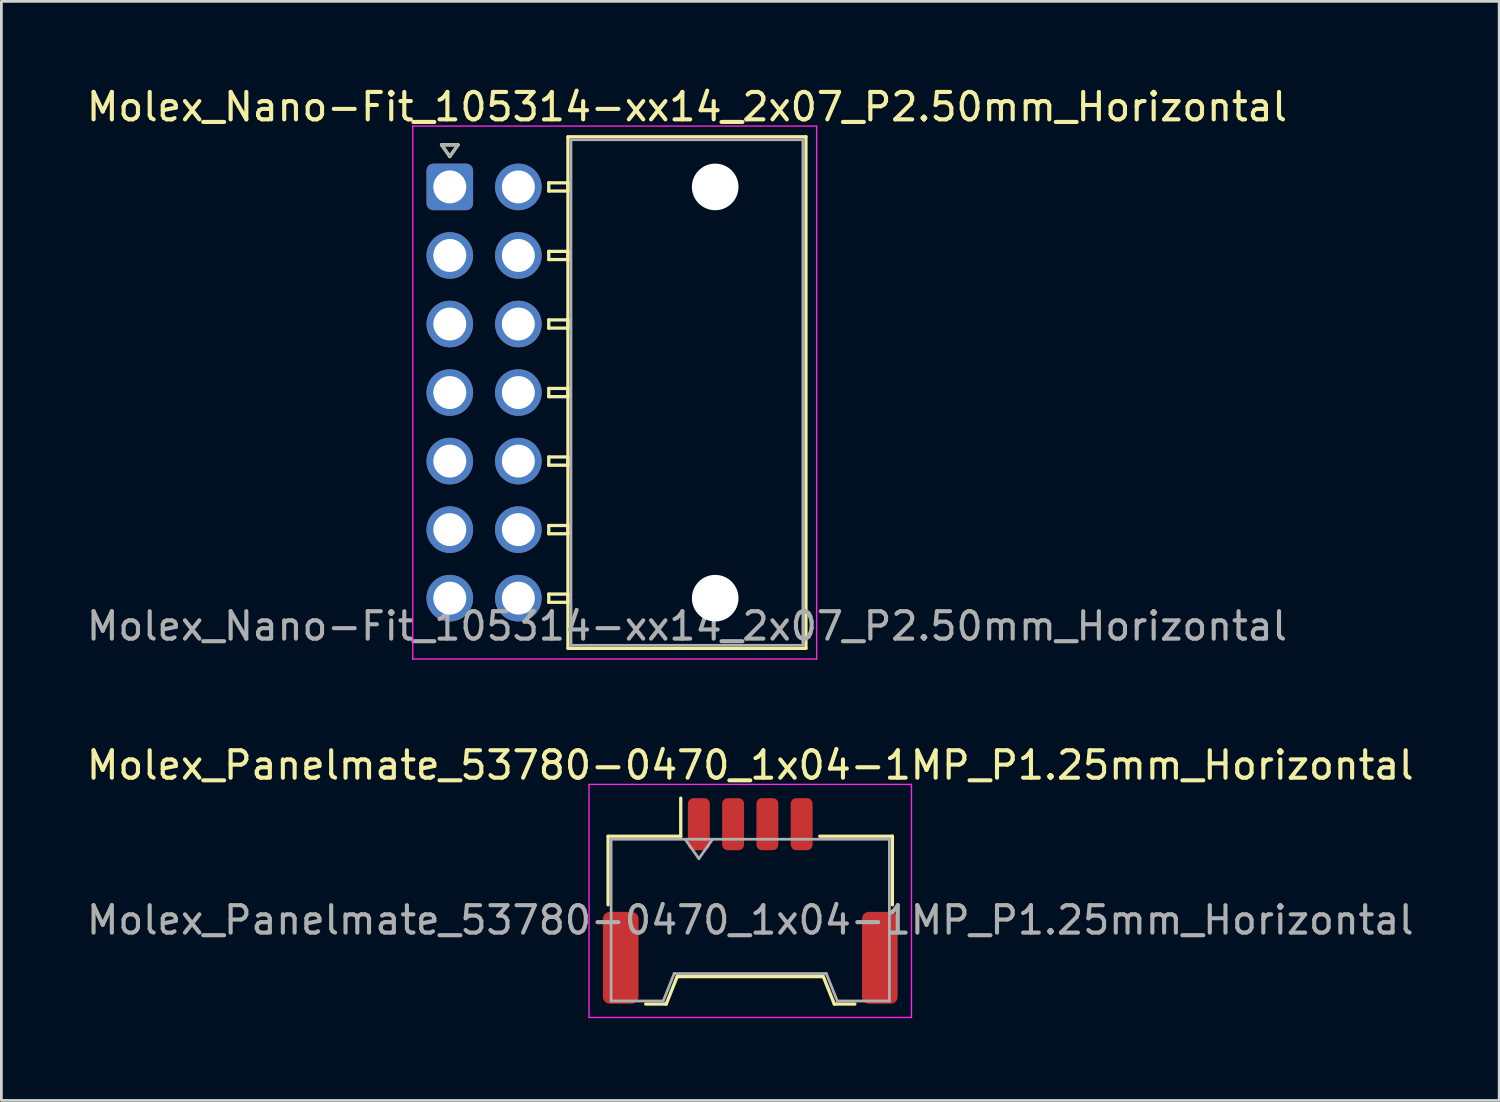
<source format=kicad_pcb>
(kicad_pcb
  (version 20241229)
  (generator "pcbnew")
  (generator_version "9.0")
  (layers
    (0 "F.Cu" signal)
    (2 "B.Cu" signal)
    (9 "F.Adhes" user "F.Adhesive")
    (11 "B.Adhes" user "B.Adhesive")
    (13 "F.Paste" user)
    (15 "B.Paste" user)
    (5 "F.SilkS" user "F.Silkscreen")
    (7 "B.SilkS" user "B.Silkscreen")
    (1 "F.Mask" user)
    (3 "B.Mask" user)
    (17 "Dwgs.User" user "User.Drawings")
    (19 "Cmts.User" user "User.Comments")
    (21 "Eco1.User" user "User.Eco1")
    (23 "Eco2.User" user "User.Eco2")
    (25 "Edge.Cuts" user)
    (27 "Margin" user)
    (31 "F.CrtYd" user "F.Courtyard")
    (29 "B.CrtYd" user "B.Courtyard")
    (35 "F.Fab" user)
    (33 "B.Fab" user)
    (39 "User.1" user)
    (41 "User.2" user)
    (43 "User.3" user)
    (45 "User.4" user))
  (footprint "Molex_Nano-Fit_105314-xx14_2x07_P2.50mm_Horizontal"
    (layer "F.Cu")
    (at 13.356 3.768)
    (property "Reference" "Molex_Nano-Fit_105314-xx14_2x07_P2.50mm_Horizontal" (at 8.65 -2.92 0) (layer "F.SilkS") (effects (font (size 1 1) (thickness 0.15))))
    (attr through_hole)
    (fp_line (start -0.3 -1.534) (end 0 -1.11) (stroke (width 0.12) (type solid)) (layer "F.SilkS"))
    (fp_line (start 0 -1.11) (end 0.3 -1.534) (stroke (width 0.12) (type solid)) (layer "F.SilkS"))
    (fp_line (start 0.3 -1.534) (end -0.3 -1.534) (stroke (width 0.12) (type solid)) (layer "F.SilkS"))
    (fp_line (start 3.61 -0.15) (end 3.61 0.15) (stroke (width 0.12) (type solid)) (layer "F.SilkS"))
    (fp_line (start 3.61 0.15) (end 4.31 0.15) (stroke (width 0.12) (type solid)) (layer "F.SilkS"))
    (fp_line (start 3.61 2.35) (end 3.61 2.65) (stroke (width 0.12) (type solid)) (layer "F.SilkS"))
    (fp_line (start 3.61 2.65) (end 4.31 2.65) (stroke (width 0.12) (type solid)) (layer "F.SilkS"))
    (fp_line (start 3.61 4.85) (end 3.61 5.15) (stroke (width 0.12) (type solid)) (layer "F.SilkS"))
    (fp_line (start 3.61 5.15) (end 4.31 5.15) (stroke (width 0.12) (type solid)) (layer "F.SilkS"))
    (fp_line (start 3.61 7.35) (end 3.61 7.65) (stroke (width 0.12) (type solid)) (layer "F.SilkS"))
    (fp_line (start 3.61 7.65) (end 4.31 7.65) (stroke (width 0.12) (type solid)) (layer "F.SilkS"))
    (fp_line (start 3.61 9.85) (end 3.61 10.15) (stroke (width 0.12) (type solid)) (layer "F.SilkS"))
    (fp_line (start 3.61 10.15) (end 4.31 10.15) (stroke (width 0.12) (type solid)) (layer "F.SilkS"))
    (fp_line (start 3.61 12.35) (end 3.61 12.65) (stroke (width 0.12) (type solid)) (layer "F.SilkS"))
    (fp_line (start 3.61 12.65) (end 4.31 12.65) (stroke (width 0.12) (type solid)) (layer "F.SilkS"))
    (fp_line (start 3.61 14.85) (end 3.61 15.15) (stroke (width 0.12) (type solid)) (layer "F.SilkS"))
    (fp_line (start 3.61 15.15) (end 4.31 15.15) (stroke (width 0.12) (type solid)) (layer "F.SilkS"))
    (fp_line (start 4.31 -1.83) (end 4.31 16.83) (stroke (width 0.12) (type solid)) (layer "F.SilkS"))
    (fp_line (start 4.31 -0.15) (end 3.61 -0.15) (stroke (width 0.12) (type solid)) (layer "F.SilkS"))
    (fp_line (start 4.31 0.15) (end 4.31 -0.15) (stroke (width 0.12) (type solid)) (layer "F.SilkS"))
    (fp_line (start 4.31 2.35) (end 3.61 2.35) (stroke (width 0.12) (type solid)) (layer "F.SilkS"))
    (fp_line (start 4.31 2.65) (end 4.31 2.35) (stroke (width 0.12) (type solid)) (layer "F.SilkS"))
    (fp_line (start 4.31 4.85) (end 3.61 4.85) (stroke (width 0.12) (type solid)) (layer "F.SilkS"))
    (fp_line (start 4.31 5.15) (end 4.31 4.85) (stroke (width 0.12) (type solid)) (layer "F.SilkS"))
    (fp_line (start 4.31 7.35) (end 3.61 7.35) (stroke (width 0.12) (type solid)) (layer "F.SilkS"))
    (fp_line (start 4.31 7.65) (end 4.31 7.35) (stroke (width 0.12) (type solid)) (layer "F.SilkS"))
    (fp_line (start 4.31 9.85) (end 3.61 9.85) (stroke (width 0.12) (type solid)) (layer "F.SilkS"))
    (fp_line (start 4.31 10.15) (end 4.31 9.85) (stroke (width 0.12) (type solid)) (layer "F.SilkS"))
    (fp_line (start 4.31 12.35) (end 3.61 12.35) (stroke (width 0.12) (type solid)) (layer "F.SilkS"))
    (fp_line (start 4.31 12.65) (end 4.31 12.35) (stroke (width 0.12) (type solid)) (layer "F.SilkS"))
    (fp_line (start 4.31 14.85) (end 3.61 14.85) (stroke (width 0.12) (type solid)) (layer "F.SilkS"))
    (fp_line (start 4.31 15.15) (end 4.31 14.85) (stroke (width 0.12) (type solid)) (layer "F.SilkS"))
    (fp_line (start 4.31 16.83) (end 12.99 16.83) (stroke (width 0.12) (type solid)) (layer "F.SilkS"))
    (fp_line (start 12.99 -1.83) (end 4.31 -1.83) (stroke (width 0.12) (type solid)) (layer "F.SilkS"))
    (fp_line (start 12.99 16.83) (end 12.99 -1.83) (stroke (width 0.12) (type solid)) (layer "F.SilkS"))
    (fp_line (start -1.35 -2.22) (end -1.35 17.22) (stroke (width 0.05) (type solid)) (layer "F.CrtYd"))
    (fp_line (start -1.35 17.22) (end 13.38 17.22) (stroke (width 0.05) (type solid)) (layer "F.CrtYd"))
    (fp_line (start 13.38 -2.22) (end -1.35 -2.22) (stroke (width 0.05) (type solid)) (layer "F.CrtYd"))
    (fp_line (start 13.38 17.22) (end 13.38 -2.22) (stroke (width 0.05) (type solid)) (layer "F.CrtYd"))
    (fp_line (start -0.3 -1.534) (end 0 -1.11) (stroke (width 0.1) (type solid)) (layer "F.Fab"))
    (fp_line (start 0 -1.11) (end 0.3 -1.534) (stroke (width 0.1) (type solid)) (layer "F.Fab"))
    (fp_line (start 0.3 -1.534) (end -0.3 -1.534) (stroke (width 0.1) (type solid)) (layer "F.Fab"))
    (fp_line (start 4.42 -1.72) (end 4.42 16.72) (stroke (width 0.1) (type solid)) (layer "F.Fab"))
    (fp_line (start 4.42 16.72) (end 12.88 16.72) (stroke (width 0.1) (type solid)) (layer "F.Fab"))
    (fp_line (start 12.88 -1.72) (end 4.42 -1.72) (stroke (width 0.1) (type solid)) (layer "F.Fab"))
    (fp_line (start 12.88 16.72) (end 12.88 -1.72) (stroke (width 0.1) (type solid)) (layer "F.Fab"))
    (fp_text user "${REFERENCE}" (at 8.65 16.02 0) (layer "F.Fab") (effects (font (size 1 1) (thickness 0.15))))
    (pad "" np_thru_hole circle (at 9.68 0) (size 1.7 1.7) (drill 1.7) (layers "*.Cu" "*.Mask"))
    (pad "" np_thru_hole circle (at 9.68 15) (size 1.7 1.7) (drill 1.7) (layers "*.Cu" "*.Mask"))
    (pad "1" thru_hole roundrect (at 0 0) (size 1.7 1.7) (drill 1.2) (layers "*.Cu" "*.Mask") (roundrect_rratio 0.147))
    (pad "2" thru_hole circle (at 0 2.5) (size 1.7 1.7) (drill 1.2) (layers "*.Cu" "*.Mask"))
    (pad "3" thru_hole circle (at 0 5) (size 1.7 1.7) (drill 1.2) (layers "*.Cu" "*.Mask"))
    (pad "4" thru_hole circle (at 0 7.5) (size 1.7 1.7) (drill 1.2) (layers "*.Cu" "*.Mask"))
    (pad "5" thru_hole circle (at 0 10) (size 1.7 1.7) (drill 1.2) (layers "*.Cu" "*.Mask"))
    (pad "6" thru_hole circle (at 0 12.5) (size 1.7 1.7) (drill 1.2) (layers "*.Cu" "*.Mask"))
    (pad "7" thru_hole circle (at 0 15) (size 1.7 1.7) (drill 1.2) (layers "*.Cu" "*.Mask"))
    (pad "8" thru_hole circle (at 2.5 0) (size 1.7 1.7) (drill 1.2) (layers "*.Cu" "*.Mask"))
    (pad "9" thru_hole circle (at 2.5 2.5) (size 1.7 1.7) (drill 1.2) (layers "*.Cu" "*.Mask"))
    (pad "10" thru_hole circle (at 2.5 5) (size 1.7 1.7) (drill 1.2) (layers "*.Cu" "*.Mask"))
    (pad "11" thru_hole circle (at 2.5 7.5) (size 1.7 1.7) (drill 1.2) (layers "*.Cu" "*.Mask"))
    (pad "12" thru_hole circle (at 2.5 10) (size 1.7 1.7) (drill 1.2) (layers "*.Cu" "*.Mask"))
    (pad "13" thru_hole circle (at 2.5 12.5) (size 1.7 1.7) (drill 1.2) (layers "*.Cu" "*.Mask"))
    (pad "14" thru_hole circle (at 2.5 15) (size 1.7 1.7) (drill 1.2) (layers "*.Cu" "*.Mask")))
  (footprint "Molex_Panelmate_53780-0470_1x04-1MP_P1.25mm_Horizontal"
    (layer "F.Cu")
    (at 24.315 29.811)
    (property "Reference" "Molex_Panelmate_53780-0470_1x04-1MP_P1.25mm_Horizontal" (at 0 -4.95 0) (layer "F.SilkS") (effects (font (size 1 1) (thickness 0.15))))
    (attr smd)
    (fp_line (start -5.185 -2.36) (end -2.535 -2.36) (stroke (width 0.12) (type solid)) (layer "F.SilkS"))
    (fp_line (start -5.185 0.14) (end -5.185 -2.36) (stroke (width 0.12) (type solid)) (layer "F.SilkS"))
    (fp_line (start -3.815 3.76) (end -3.065 3.76) (stroke (width 0.12) (type solid)) (layer "F.SilkS"))
    (fp_line (start -3.065 3.76) (end -2.665 2.76) (stroke (width 0.12) (type solid)) (layer "F.SilkS"))
    (fp_line (start -2.665 2.76) (end 2.665 2.76) (stroke (width 0.12) (type solid)) (layer "F.SilkS"))
    (fp_line (start -2.535 -2.36) (end -2.535 -3.75) (stroke (width 0.12) (type solid)) (layer "F.SilkS"))
    (fp_line (start 2.665 2.76) (end 3.065 3.76) (stroke (width 0.12) (type solid)) (layer "F.SilkS"))
    (fp_line (start 3.065 3.76) (end 3.815 3.76) (stroke (width 0.12) (type solid)) (layer "F.SilkS"))
    (fp_line (start 5.185 -2.36) (end 2.535 -2.36) (stroke (width 0.12) (type solid)) (layer "F.SilkS"))
    (fp_line (start 5.185 0.14) (end 5.185 -2.36) (stroke (width 0.12) (type solid)) (layer "F.SilkS"))
    (fp_line (start -5.88 -4.25) (end -5.88 4.25) (stroke (width 0.05) (type solid)) (layer "F.CrtYd"))
    (fp_line (start -5.88 4.25) (end 5.88 4.25) (stroke (width 0.05) (type solid)) (layer "F.CrtYd"))
    (fp_line (start 5.88 -4.25) (end -5.88 -4.25) (stroke (width 0.05) (type solid)) (layer "F.CrtYd"))
    (fp_line (start 5.88 4.25) (end 5.88 -4.25) (stroke (width 0.05) (type solid)) (layer "F.CrtYd"))
    (fp_line (start -5.075 -2.25) (end -5.075 3.65) (stroke (width 0.1) (type solid)) (layer "F.Fab"))
    (fp_line (start -5.075 -2.25) (end 5.075 -2.25) (stroke (width 0.1) (type solid)) (layer "F.Fab"))
    (fp_line (start -5.075 3.65) (end -3.175 3.65) (stroke (width 0.1) (type solid)) (layer "F.Fab"))
    (fp_line (start -3.175 3.65) (end -2.775 2.65) (stroke (width 0.1) (type solid)) (layer "F.Fab"))
    (fp_line (start -2.775 2.65) (end 2.775 2.65) (stroke (width 0.1) (type solid)) (layer "F.Fab"))
    (fp_line (start -2.375 -2.25) (end -1.875 -1.543) (stroke (width 0.1) (type solid)) (layer "F.Fab"))
    (fp_line (start -1.875 -1.543) (end -1.375 -2.25) (stroke (width 0.1) (type solid)) (layer "F.Fab"))
    (fp_line (start 2.775 2.65) (end 3.175 3.65) (stroke (width 0.1) (type solid)) (layer "F.Fab"))
    (fp_line (start 3.175 3.65) (end 5.075 3.65) (stroke (width 0.1) (type solid)) (layer "F.Fab"))
    (fp_line (start 5.075 -2.25) (end 5.075 3.65) (stroke (width 0.1) (type solid)) (layer "F.Fab"))
    (fp_text user "${REFERENCE}" (at 0 0.7 0) (layer "F.Fab") (effects (font (size 1 1) (thickness 0.15))))
    (pad "1" smd roundrect (at -1.875 -2.8) (size 0.8 1.9) (layers "F.Cu" "F.Mask" "F.Paste") (roundrect_rratio 0.25))
    (pad "2" smd roundrect (at -0.625 -2.8) (size 0.8 1.9) (layers "F.Cu" "F.Mask" "F.Paste") (roundrect_rratio 0.25))
    (pad "3" smd roundrect (at 0.625 -2.8) (size 0.8 1.9) (layers "F.Cu" "F.Mask" "F.Paste") (roundrect_rratio 0.25))
    (pad "4" smd roundrect (at 1.875 -2.8) (size 0.8 1.9) (layers "F.Cu" "F.Mask" "F.Paste") (roundrect_rratio 0.25))
    (pad "MP" smd roundrect (at -4.725 2.075) (size 1.3 3.35) (layers "F.Cu" "F.Mask" "F.Paste") (roundrect_rratio 0.192))
    (pad "MP" smd roundrect (at 4.725 2.075) (size 1.3 3.35) (layers "F.Cu" "F.Mask" "F.Paste") (roundrect_rratio 0.192)))
  (gr_rect
    (start -3 -3)
    (end 51.631 37.087)
    (stroke (width 0.1) (type default))
    (fill no)
    (layer "Edge.Cuts")))
</source>
